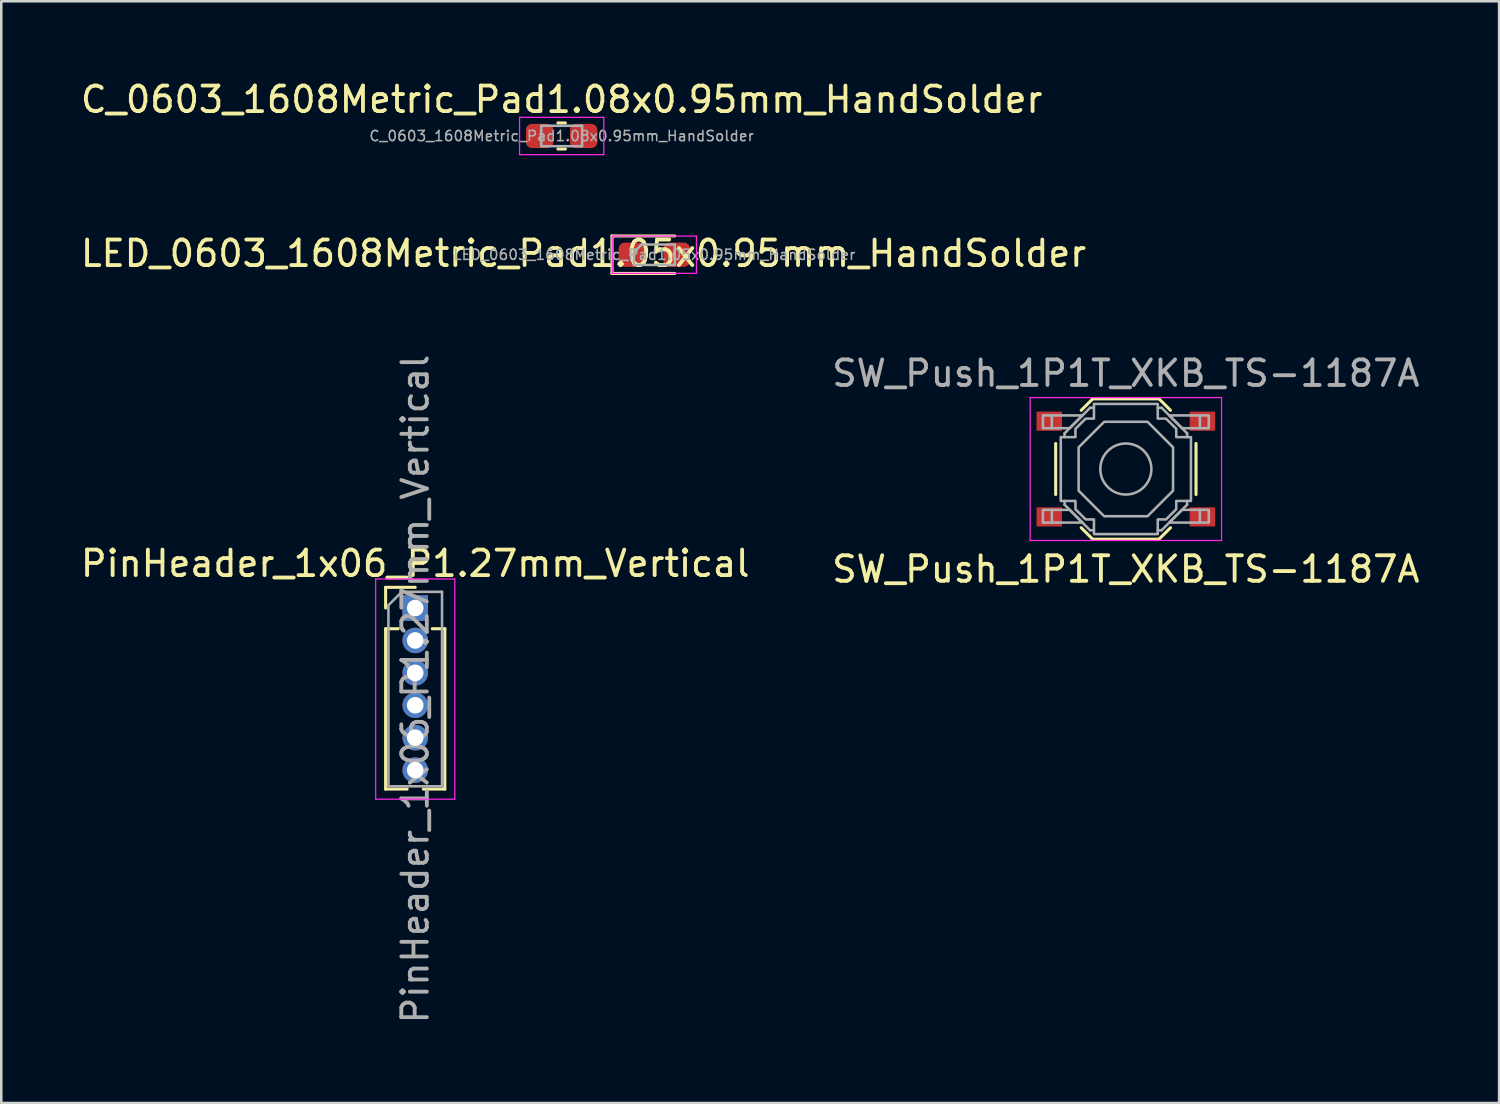
<source format=kicad_pcb>
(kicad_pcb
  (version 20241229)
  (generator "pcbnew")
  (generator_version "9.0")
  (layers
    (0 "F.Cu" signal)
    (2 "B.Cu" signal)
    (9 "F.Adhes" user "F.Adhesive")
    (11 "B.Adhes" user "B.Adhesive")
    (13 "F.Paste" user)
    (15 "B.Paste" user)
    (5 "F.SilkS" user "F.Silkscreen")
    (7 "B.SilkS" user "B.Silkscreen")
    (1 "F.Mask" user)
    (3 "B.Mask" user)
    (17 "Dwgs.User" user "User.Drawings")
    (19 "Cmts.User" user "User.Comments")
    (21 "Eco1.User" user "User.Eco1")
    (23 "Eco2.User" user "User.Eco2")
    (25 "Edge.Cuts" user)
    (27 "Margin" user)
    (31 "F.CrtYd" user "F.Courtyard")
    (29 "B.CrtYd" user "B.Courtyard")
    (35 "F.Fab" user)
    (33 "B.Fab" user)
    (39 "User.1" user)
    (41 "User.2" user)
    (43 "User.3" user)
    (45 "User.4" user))
  (footprint "LED_0603_1608Metric_Pad1.05x0.95mm_HandSolder"
    (layer "F.Cu")
    (at 22.59 6.931)
    (property "Reference" "LED_0603_1608Metric_Pad1.05x0.95mm_HandSolder" (at -2.775 -0.05 0) (layer "F.SilkS") (effects (font (size 1 1) (thickness 0.15))))
    (attr smd)
    (fp_line (start -1.66 -0.735) (end -1.66 0.735) (stroke (width 0.12) (type solid)) (layer "F.SilkS"))
    (fp_line (start -1.66 0.735) (end 0.8 0.735) (stroke (width 0.12) (type solid)) (layer "F.SilkS"))
    (fp_line (start 0.8 -0.735) (end -1.66 -0.735) (stroke (width 0.12) (type solid)) (layer "F.SilkS"))
    (fp_line (start -1.65 -0.73) (end 1.65 -0.73) (stroke (width 0.05) (type solid)) (layer "F.CrtYd"))
    (fp_line (start -1.65 0.73) (end -1.65 -0.73) (stroke (width 0.05) (type solid)) (layer "F.CrtYd"))
    (fp_line (start 1.65 -0.73) (end 1.65 0.73) (stroke (width 0.05) (type solid)) (layer "F.CrtYd"))
    (fp_line (start 1.65 0.73) (end -1.65 0.73) (stroke (width 0.05) (type solid)) (layer "F.CrtYd"))
    (fp_line (start -0.8 -0.1) (end -0.8 0.4) (stroke (width 0.1) (type solid)) (layer "F.Fab"))
    (fp_line (start -0.8 0.4) (end 0.8 0.4) (stroke (width 0.1) (type solid)) (layer "F.Fab"))
    (fp_line (start -0.5 -0.4) (end -0.8 -0.1) (stroke (width 0.1) (type solid)) (layer "F.Fab"))
    (fp_line (start 0.8 -0.4) (end -0.5 -0.4) (stroke (width 0.1) (type solid)) (layer "F.Fab"))
    (fp_line (start 0.8 0.4) (end 0.8 -0.4) (stroke (width 0.1) (type solid)) (layer "F.Fab"))
    (fp_text user "${REFERENCE}" (at 0 0 0) (layer "F.Fab") (effects (font (size 0.4 0.4) (thickness 0.06))))
    (pad "1" smd roundrect (at -0.875 0) (size 1.05 0.95) (layers "F.Cu" "F.Mask" "F.Paste") (roundrect_rratio 0.25))
    (pad "2" smd roundrect (at 0.875 0) (size 1.05 0.95) (layers "F.Cu" "F.Mask" "F.Paste") (roundrect_rratio 0.25)))
  (footprint "SW_Push_1P1T_XKB_TS-1187A"
    (layer "F.Cu")
    (at 41.065 15.328)
    (property "Reference" "SW_Push_1P1T_XKB_TS-1187A" (at 0 3.925 0) (layer "F.SilkS") (effects (font (size 1 1) (thickness 0.15))))
    (attr smd)
    (fp_line (start -2.75 -1) (end -2.75 1) (stroke (width 0.12) (type solid)) (layer "F.SilkS"))
    (fp_line (start -1.75 -2.3) (end -1.3 -2.75) (stroke (width 0.12) (type solid)) (layer "F.SilkS"))
    (fp_line (start -1.75 2.3) (end -1.3 2.75) (stroke (width 0.12) (type solid)) (layer "F.SilkS"))
    (fp_line (start -1.3 -2.75) (end 1.3 -2.75) (stroke (width 0.12) (type solid)) (layer "F.SilkS"))
    (fp_line (start -1.3 2.75) (end 1.3 2.75) (stroke (width 0.12) (type solid)) (layer "F.SilkS"))
    (fp_line (start 1.75 -2.3) (end 1.3 -2.75) (stroke (width 0.12) (type solid)) (layer "F.SilkS"))
    (fp_line (start 1.75 2.3) (end 1.3 2.75) (stroke (width 0.12) (type solid)) (layer "F.SilkS"))
    (fp_line (start 2.75 -1) (end 2.75 1) (stroke (width 0.12) (type solid)) (layer "F.SilkS"))
    (fp_line (start -3.75 -2.8) (end 3.75 -2.8) (stroke (width 0.05) (type solid)) (layer "F.CrtYd"))
    (fp_line (start -3.75 2.8) (end -3.75 -2.8) (stroke (width 0.05) (type solid)) (layer "F.CrtYd"))
    (fp_line (start 3.75 -2.8) (end 3.75 2.8) (stroke (width 0.05) (type solid)) (layer "F.CrtYd"))
    (fp_line (start 3.75 2.8) (end -3.75 2.8) (stroke (width 0.05) (type solid)) (layer "F.CrtYd"))
    (fp_line (start -2.9 -2.1) (end -2.9 -1.6) (stroke (width 0.1) (type solid)) (layer "F.Fab"))
    (fp_line (start -2.9 2.1) (end -2.9 1.6) (stroke (width 0.1) (type solid)) (layer "F.Fab"))
    (fp_line (start -2.4 -1.4) (end -1.4 -2.4) (stroke (width 0.1) (type solid)) (layer "F.Fab"))
    (fp_line (start -2.4 -1.25) (end -2.4 -1.4) (stroke (width 0.1) (type solid)) (layer "F.Fab"))
    (fp_line (start -2.4 1.4) (end -2.4 1.25) (stroke (width 0.1) (type solid)) (layer "F.Fab"))
    (fp_line (start -1.4 -2.4) (end -1.25 -2.4) (stroke (width 0.1) (type solid)) (layer "F.Fab"))
    (fp_line (start -1.4 2.4) (end -2.4 1.4) (stroke (width 0.1) (type solid)) (layer "F.Fab"))
    (fp_line (start -1.25 2.4) (end -1.4 2.4) (stroke (width 0.1) (type solid)) (layer "F.Fab"))
    (fp_line (start 1.25 -2.4) (end 1.4 -2.4) (stroke (width 0.1) (type solid)) (layer "F.Fab"))
    (fp_line (start 1.4 -2.4) (end 2.4 -1.4) (stroke (width 0.1) (type solid)) (layer "F.Fab"))
    (fp_line (start 1.4 2.4) (end 1.25 2.4) (stroke (width 0.1) (type solid)) (layer "F.Fab"))
    (fp_line (start 2.4 -1.4) (end 2.4 -1.25) (stroke (width 0.1) (type solid)) (layer "F.Fab"))
    (fp_line (start 2.4 1.25) (end 2.4 1.4) (stroke (width 0.1) (type solid)) (layer "F.Fab"))
    (fp_line (start 2.4 1.4) (end 1.4 2.4) (stroke (width 0.1) (type solid)) (layer "F.Fab"))
    (fp_line (start 2.9 -2.1) (end 2.9 -1.6) (stroke (width 0.1) (type solid)) (layer "F.Fab"))
    (fp_line (start 2.9 2.1) (end 2.9 1.6) (stroke (width 0.1) (type solid)) (layer "F.Fab"))
    (fp_circle (center 0 0) (end 1 0) (stroke (width 0.1) (type solid)) (fill no) (layer "F.Fab"))
    (fp_poly (pts (xy -1.7 -2.1) (xy -2.2 -1.6) (xy -3.25 -1.6) (xy -3.25 -2.1)) (stroke (width 0.1) (type solid)) (fill no) (layer "F.Fab"))
    (fp_poly (pts (xy -1.7 2.1) (xy -2.2 1.6) (xy -3.25 1.6) (xy -3.25 2.1)) (stroke (width 0.1) (type solid)) (fill no) (layer "F.Fab"))
    (fp_poly (pts (xy 1.7 -2.1) (xy 2.2 -1.6) (xy 3.25 -1.6) (xy 3.25 -2.1)) (stroke (width 0.1) (type solid)) (fill no) (layer "F.Fab"))
    (fp_poly (pts (xy 1.7 2.1) (xy 2.2 1.6) (xy 3.25 1.6) (xy 3.25 2.1)) (stroke (width 0.1) (type solid)) (fill no) (layer "F.Fab"))
    (fp_poly (pts (xy 0.85 -1.85) (xy 1.85 -0.85) (xy 1.85 0.85) (xy 0.85 1.85) (xy -0.85 1.85) (xy -1.85 0.85) (xy -1.85 -0.85) (xy -0.85 -1.85)) (stroke (width 0.1) (type solid)) (fill no) (layer "F.Fab"))
    (fp_poly (pts (xy -1.25 -2.55) (xy 1.25 -2.55) (xy 1.25 -1.975) (xy 1.575 -1.975) (xy 1.975 -1.575) (xy 1.975 -1.25) (xy 2.55 -1.25) (xy 2.55 1.25) (xy 1.975 1.25) (xy 1.975 1.575) (xy 1.575 1.975) (xy 1.25 1.975) (xy 1.25 2.55) (xy -1.25 2.55) (xy -1.25 1.975) (xy -1.575 1.975) (xy -1.975 1.575) (xy -1.975 1.25) (xy -2.55 1.25) (xy -2.55 -1.25) (xy -1.975 -1.25) (xy -1.975 -1.575) (xy -1.575 -1.975) (xy -1.25 -1.975)) (stroke (width 0.1) (type solid)) (fill no) (layer "F.Fab"))
    (fp_text user "${REFERENCE}" (at 0 -3.75 0) (layer "F.Fab") (effects (font (size 1 1) (thickness 0.15))))
    (pad "1" smd rect (at -3 -1.875) (size 1 0.75) (layers "F.Cu" "F.Mask" "F.Paste"))
    (pad "1" smd rect (at 3 -1.875) (size 1 0.75) (layers "F.Cu" "F.Mask" "F.Paste"))
    (pad "2" smd rect (at -3 1.875) (size 1 0.75) (layers "F.Cu" "F.Mask" "F.Paste"))
    (pad "2" smd rect (at 3 1.875) (size 1 0.75) (layers "F.Cu" "F.Mask" "F.Paste")))
  (footprint "PinHeader_1x06_P1.27mm_Vertical"
    (layer "F.Cu")
    (at 13.22 20.775)
    (property "Reference" "PinHeader_1x06_P1.27mm_Vertical" (at 0 -1.745 0) (layer "F.SilkS") (effects (font (size 1 1) (thickness 0.15))))
    (attr through_hole)
    (fp_line (start -1.16 -0.81) (end 0 -0.81) (stroke (width 0.12) (type solid)) (layer "F.SilkS"))
    (fp_line (start -1.16 0) (end -1.16 -0.81) (stroke (width 0.12) (type solid)) (layer "F.SilkS"))
    (fp_line (start -1.16 0.81) (end -1.16 7.095) (stroke (width 0.12) (type solid)) (layer "F.SilkS"))
    (fp_line (start -1.16 0.81) (end -0.667 0.81) (stroke (width 0.12) (type solid)) (layer "F.SilkS"))
    (fp_line (start -1.16 7.095) (end -0.318 7.095) (stroke (width 0.12) (type solid)) (layer "F.SilkS"))
    (fp_line (start 0.318 7.095) (end 1.16 7.095) (stroke (width 0.12) (type solid)) (layer "F.SilkS"))
    (fp_line (start 0.667 0.81) (end 1.16 0.81) (stroke (width 0.12) (type solid)) (layer "F.SilkS"))
    (fp_line (start 1.16 0.81) (end 1.16 7.095) (stroke (width 0.12) (type solid)) (layer "F.SilkS"))
    (fp_line (start -1.55 -1.14) (end -1.55 7.49) (stroke (width 0.05) (type solid)) (layer "F.CrtYd"))
    (fp_line (start -1.55 7.49) (end 1.55 7.49) (stroke (width 0.05) (type solid)) (layer "F.CrtYd"))
    (fp_line (start 1.55 -1.14) (end -1.55 -1.14) (stroke (width 0.05) (type solid)) (layer "F.CrtYd"))
    (fp_line (start 1.55 7.49) (end 1.55 -1.14) (stroke (width 0.05) (type solid)) (layer "F.CrtYd"))
    (fp_line (start -1.05 -0.11) (end -0.525 -0.635) (stroke (width 0.1) (type solid)) (layer "F.Fab"))
    (fp_line (start -1.05 6.985) (end -1.05 -0.11) (stroke (width 0.1) (type solid)) (layer "F.Fab"))
    (fp_line (start -0.525 -0.635) (end 1.05 -0.635) (stroke (width 0.1) (type solid)) (layer "F.Fab"))
    (fp_line (start 1.05 -0.635) (end 1.05 6.985) (stroke (width 0.1) (type solid)) (layer "F.Fab"))
    (fp_line (start 1.05 6.985) (end -1.05 6.985) (stroke (width 0.1) (type solid)) (layer "F.Fab"))
    (fp_text user "${REFERENCE}" (at 0 3.175 90) (layer "F.Fab") (effects (font (size 1 1) (thickness 0.15))))
    (pad "1" thru_hole rect (at 0 0) (size 1 1) (drill 0.65) (layers "*.Cu" "*.Mask"))
    (pad "2" thru_hole circle (at 0 1.27) (size 1 1) (drill 0.65) (layers "*.Cu" "*.Mask"))
    (pad "3" thru_hole circle (at 0 2.54) (size 1 1) (drill 0.65) (layers "*.Cu" "*.Mask"))
    (pad "4" thru_hole circle (at 0 3.81) (size 1 1) (drill 0.65) (layers "*.Cu" "*.Mask"))
    (pad "5" thru_hole circle (at 0 5.08) (size 1 1) (drill 0.65) (layers "*.Cu" "*.Mask"))
    (pad "6" thru_hole circle (at 0 6.35) (size 1 1) (drill 0.65) (layers "*.Cu" "*.Mask")))
  (footprint "C_0603_1608Metric_Pad1.08x0.95mm_HandSolder"
    (layer "F.Cu")
    (at 18.958 2.278)
    (property "Reference" "C_0603_1608Metric_Pad1.08x0.95mm_HandSolder" (at 0 -1.43 0) (layer "F.SilkS") (effects (font (size 1 1) (thickness 0.15))))
    (attr smd)
    (fp_line (start -0.146 -0.51) (end 0.146 -0.51) (stroke (width 0.12) (type solid)) (layer "F.SilkS"))
    (fp_line (start -0.146 0.51) (end 0.146 0.51) (stroke (width 0.12) (type solid)) (layer "F.SilkS"))
    (fp_line (start -1.65 -0.73) (end 1.65 -0.73) (stroke (width 0.05) (type solid)) (layer "F.CrtYd"))
    (fp_line (start -1.65 0.73) (end -1.65 -0.73) (stroke (width 0.05) (type solid)) (layer "F.CrtYd"))
    (fp_line (start 1.65 -0.73) (end 1.65 0.73) (stroke (width 0.05) (type solid)) (layer "F.CrtYd"))
    (fp_line (start 1.65 0.73) (end -1.65 0.73) (stroke (width 0.05) (type solid)) (layer "F.CrtYd"))
    (fp_line (start -0.8 -0.4) (end 0.8 -0.4) (stroke (width 0.1) (type solid)) (layer "F.Fab"))
    (fp_line (start -0.8 0.4) (end -0.8 -0.4) (stroke (width 0.1) (type solid)) (layer "F.Fab"))
    (fp_line (start 0.8 -0.4) (end 0.8 0.4) (stroke (width 0.1) (type solid)) (layer "F.Fab"))
    (fp_line (start 0.8 0.4) (end -0.8 0.4) (stroke (width 0.1) (type solid)) (layer "F.Fab"))
    (fp_text user "${REFERENCE}" (at 0 0 0) (layer "F.Fab") (effects (font (size 0.4 0.4) (thickness 0.06))))
    (pad "1" smd roundrect (at -0.863 0) (size 1.075 0.95) (layers "F.Cu" "F.Mask" "F.Paste") (roundrect_rratio 0.25))
    (pad "2" smd roundrect (at 0.863 0) (size 1.075 0.95) (layers "F.Cu" "F.Mask" "F.Paste") (roundrect_rratio 0.25)))
  (gr_rect
    (start -3 -3)
    (end 55.69 40.17)
    (stroke (width 0.1) (type default))
    (fill no)
    (layer "Edge.Cuts")))
</source>
